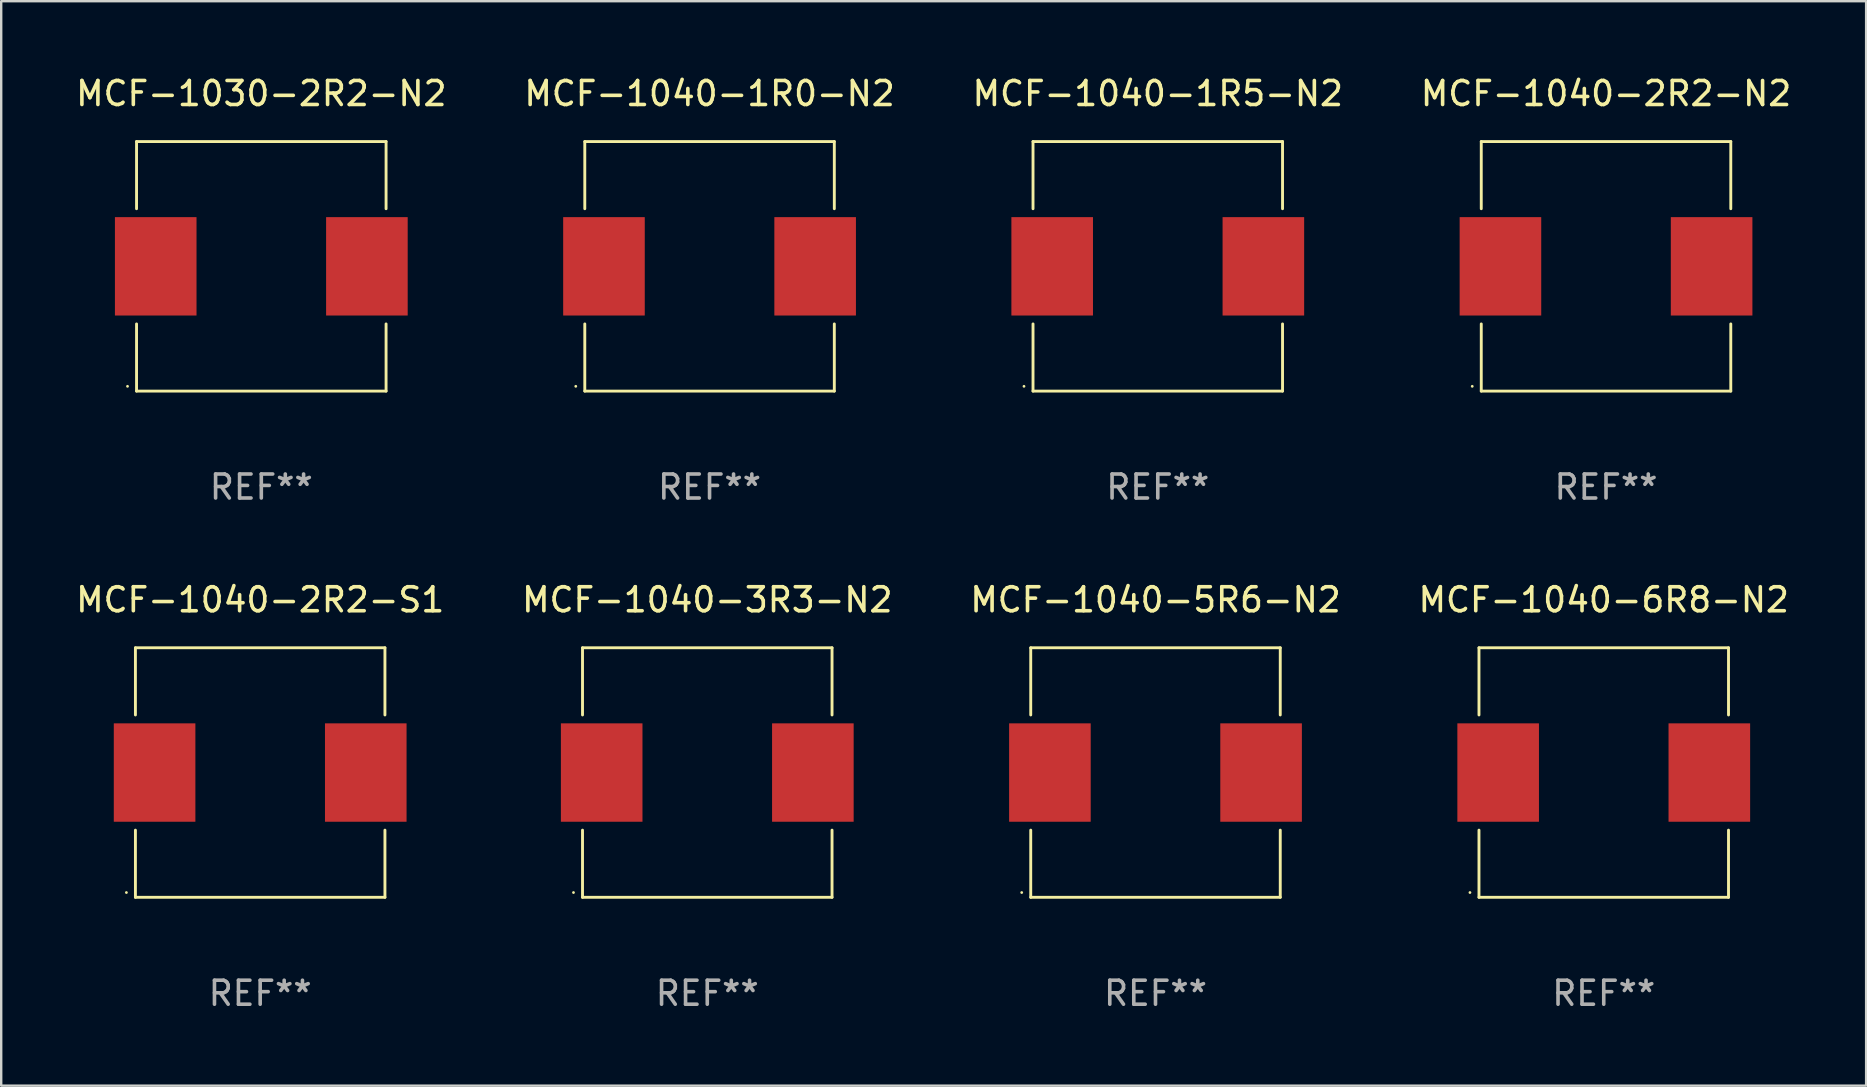
<source format=kicad_pcb>
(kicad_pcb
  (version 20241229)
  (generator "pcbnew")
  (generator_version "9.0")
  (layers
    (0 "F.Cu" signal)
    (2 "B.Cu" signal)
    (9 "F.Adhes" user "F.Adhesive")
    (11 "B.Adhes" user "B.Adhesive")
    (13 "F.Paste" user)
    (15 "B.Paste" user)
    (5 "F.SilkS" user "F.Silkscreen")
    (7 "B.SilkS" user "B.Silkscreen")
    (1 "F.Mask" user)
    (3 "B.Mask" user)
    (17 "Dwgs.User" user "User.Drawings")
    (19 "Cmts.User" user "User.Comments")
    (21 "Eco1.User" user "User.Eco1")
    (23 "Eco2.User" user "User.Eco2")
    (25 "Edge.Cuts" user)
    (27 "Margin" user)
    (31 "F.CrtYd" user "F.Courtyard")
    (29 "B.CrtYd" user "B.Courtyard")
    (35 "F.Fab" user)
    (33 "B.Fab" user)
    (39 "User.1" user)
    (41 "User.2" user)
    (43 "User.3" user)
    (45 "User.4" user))
  (footprint "MCF-1040-5R6-N2"
    (layer "F.Cu")
    (at 45.101 29.143)
    (property "Reference" "MCF-1040-5R6-N2" (at 0 -7.199 0) (layer "F.SilkS") (effects (font (size 1 1) (thickness 0.15))))
    (attr through_hole)
    (fp_line (start -5.199 -5.199) (end 5.199 -5.199) (stroke (width 0.12) (type solid)) (layer "F.SilkS"))
    (fp_line (start -5.199 -2.4) (end -5.199 -5.199) (stroke (width 0.12) (type solid)) (layer "F.SilkS"))
    (fp_line (start -5.199 2.4) (end -5.199 5.199) (stroke (width 0.12) (type solid)) (layer "F.SilkS"))
    (fp_line (start -5.199 5.199) (end 5.199 5.199) (stroke (width 0.12) (type solid)) (layer "F.SilkS"))
    (fp_line (start 5.199 -5.199) (end 5.199 -2.4) (stroke (width 0.12) (type solid)) (layer "F.SilkS"))
    (fp_line (start 5.199 5.199) (end 5.199 2.4) (stroke (width 0.12) (type solid)) (layer "F.SilkS"))
    (fp_circle (center -5.575 5) (end -5.545 5) (stroke (width 0.06) (type solid)) (fill no) (layer "F.SilkS"))
    (fp_text user "REF**" (at 0 9.199 0) (layer "F.Fab") (effects (font (size 1 1) (thickness 0.15))))
    (pad "1" smd rect (at -4.4 0) (size 3.4 4.1) (layers "F.Cu" "F.Mask" "F.Paste"))
    (pad "2" smd rect (at 4.4 0) (size 3.4 4.1) (layers "F.Cu" "F.Mask" "F.Paste")))
  (footprint "MCF-1030-2R2-N2"
    (layer "F.Cu")
    (at 7.839 8.048)
    (property "Reference" "MCF-1030-2R2-N2" (at 0 -7.199 0) (layer "F.SilkS") (effects (font (size 1 1) (thickness 0.15))))
    (attr through_hole)
    (fp_line (start -5.199 -5.199) (end 5.199 -5.199) (stroke (width 0.12) (type solid)) (layer "F.SilkS"))
    (fp_line (start -5.199 -2.4) (end -5.199 -5.199) (stroke (width 0.12) (type solid)) (layer "F.SilkS"))
    (fp_line (start -5.199 2.4) (end -5.199 5.199) (stroke (width 0.12) (type solid)) (layer "F.SilkS"))
    (fp_line (start -5.199 5.199) (end 5.199 5.199) (stroke (width 0.12) (type solid)) (layer "F.SilkS"))
    (fp_line (start 5.199 -5.199) (end 5.199 -2.4) (stroke (width 0.12) (type solid)) (layer "F.SilkS"))
    (fp_line (start 5.199 5.199) (end 5.199 2.4) (stroke (width 0.12) (type solid)) (layer "F.SilkS"))
    (fp_circle (center -5.575 5) (end -5.545 5) (stroke (width 0.06) (type solid)) (fill no) (layer "F.SilkS"))
    (fp_text user "REF**" (at 0 9.199 0) (layer "F.Fab") (effects (font (size 1 1) (thickness 0.15))))
    (pad "1" smd rect (at -4.4 0) (size 3.4 4.1) (layers "F.Cu" "F.Mask" "F.Paste"))
    (pad "2" smd rect (at 4.4 0) (size 3.4 4.1) (layers "F.Cu" "F.Mask" "F.Paste")))
  (footprint "MCF-1040-3R3-N2"
    (layer "F.Cu")
    (at 26.423 29.143)
    (property "Reference" "MCF-1040-3R3-N2" (at 0 -7.199 0) (layer "F.SilkS") (effects (font (size 1 1) (thickness 0.15))))
    (attr through_hole)
    (fp_line (start -5.199 -5.199) (end 5.199 -5.199) (stroke (width 0.12) (type solid)) (layer "F.SilkS"))
    (fp_line (start -5.199 -2.4) (end -5.199 -5.199) (stroke (width 0.12) (type solid)) (layer "F.SilkS"))
    (fp_line (start -5.199 2.4) (end -5.199 5.199) (stroke (width 0.12) (type solid)) (layer "F.SilkS"))
    (fp_line (start -5.199 5.199) (end 5.199 5.199) (stroke (width 0.12) (type solid)) (layer "F.SilkS"))
    (fp_line (start 5.199 -5.199) (end 5.199 -2.4) (stroke (width 0.12) (type solid)) (layer "F.SilkS"))
    (fp_line (start 5.199 5.199) (end 5.199 2.4) (stroke (width 0.12) (type solid)) (layer "F.SilkS"))
    (fp_circle (center -5.575 5) (end -5.545 5) (stroke (width 0.06) (type solid)) (fill no) (layer "F.SilkS"))
    (fp_text user "REF**" (at 0 9.199 0) (layer "F.Fab") (effects (font (size 1 1) (thickness 0.15))))
    (pad "1" smd rect (at -4.4 0) (size 3.4 4.1) (layers "F.Cu" "F.Mask" "F.Paste"))
    (pad "2" smd rect (at 4.4 0) (size 3.4 4.1) (layers "F.Cu" "F.Mask" "F.Paste")))
  (footprint "MCF-1040-1R5-N2"
    (layer "F.Cu")
    (at 45.196 8.048)
    (property "Reference" "MCF-1040-1R5-N2" (at 0 -7.199 0) (layer "F.SilkS") (effects (font (size 1 1) (thickness 0.15))))
    (attr through_hole)
    (fp_line (start -5.199 -5.199) (end 5.199 -5.199) (stroke (width 0.12) (type solid)) (layer "F.SilkS"))
    (fp_line (start -5.199 -2.4) (end -5.199 -5.199) (stroke (width 0.12) (type solid)) (layer "F.SilkS"))
    (fp_line (start -5.199 2.4) (end -5.199 5.199) (stroke (width 0.12) (type solid)) (layer "F.SilkS"))
    (fp_line (start -5.199 5.199) (end 5.199 5.199) (stroke (width 0.12) (type solid)) (layer "F.SilkS"))
    (fp_line (start 5.199 -5.199) (end 5.199 -2.4) (stroke (width 0.12) (type solid)) (layer "F.SilkS"))
    (fp_line (start 5.199 5.199) (end 5.199 2.4) (stroke (width 0.12) (type solid)) (layer "F.SilkS"))
    (fp_circle (center -5.575 5) (end -5.545 5) (stroke (width 0.06) (type solid)) (fill no) (layer "F.SilkS"))
    (fp_text user "REF**" (at 0 9.199 0) (layer "F.Fab") (effects (font (size 1 1) (thickness 0.15))))
    (pad "1" smd rect (at -4.4 0) (size 3.4 4.1) (layers "F.Cu" "F.Mask" "F.Paste"))
    (pad "2" smd rect (at 4.4 0) (size 3.4 4.1) (layers "F.Cu" "F.Mask" "F.Paste")))
  (footprint "MCF-1040-6R8-N2"
    (layer "F.Cu")
    (at 63.78 29.143)
    (property "Reference" "MCF-1040-6R8-N2" (at 0 -7.199 0) (layer "F.SilkS") (effects (font (size 1 1) (thickness 0.15))))
    (attr through_hole)
    (fp_line (start -5.199 -5.199) (end 5.199 -5.199) (stroke (width 0.12) (type solid)) (layer "F.SilkS"))
    (fp_line (start -5.199 -2.4) (end -5.199 -5.199) (stroke (width 0.12) (type solid)) (layer "F.SilkS"))
    (fp_line (start -5.199 2.4) (end -5.199 5.199) (stroke (width 0.12) (type solid)) (layer "F.SilkS"))
    (fp_line (start -5.199 5.199) (end 5.199 5.199) (stroke (width 0.12) (type solid)) (layer "F.SilkS"))
    (fp_line (start 5.199 -5.199) (end 5.199 -2.4) (stroke (width 0.12) (type solid)) (layer "F.SilkS"))
    (fp_line (start 5.199 5.199) (end 5.199 2.4) (stroke (width 0.12) (type solid)) (layer "F.SilkS"))
    (fp_circle (center -5.575 5) (end -5.545 5) (stroke (width 0.06) (type solid)) (fill no) (layer "F.SilkS"))
    (fp_text user "REF**" (at 0 9.199 0) (layer "F.Fab") (effects (font (size 1 1) (thickness 0.15))))
    (pad "1" smd rect (at -4.4 0) (size 3.4 4.1) (layers "F.Cu" "F.Mask" "F.Paste"))
    (pad "2" smd rect (at 4.4 0) (size 3.4 4.1) (layers "F.Cu" "F.Mask" "F.Paste")))
  (footprint "MCF-1040-1R0-N2"
    (layer "F.Cu")
    (at 26.518 8.048)
    (property "Reference" "MCF-1040-1R0-N2" (at 0 -7.199 0) (layer "F.SilkS") (effects (font (size 1 1) (thickness 0.15))))
    (attr through_hole)
    (fp_line (start -5.199 -5.199) (end 5.199 -5.199) (stroke (width 0.12) (type solid)) (layer "F.SilkS"))
    (fp_line (start -5.199 -2.4) (end -5.199 -5.199) (stroke (width 0.12) (type solid)) (layer "F.SilkS"))
    (fp_line (start -5.199 2.4) (end -5.199 5.199) (stroke (width 0.12) (type solid)) (layer "F.SilkS"))
    (fp_line (start -5.199 5.199) (end 5.199 5.199) (stroke (width 0.12) (type solid)) (layer "F.SilkS"))
    (fp_line (start 5.199 -5.199) (end 5.199 -2.4) (stroke (width 0.12) (type solid)) (layer "F.SilkS"))
    (fp_line (start 5.199 5.199) (end 5.199 2.4) (stroke (width 0.12) (type solid)) (layer "F.SilkS"))
    (fp_circle (center -5.575 5) (end -5.545 5) (stroke (width 0.06) (type solid)) (fill no) (layer "F.SilkS"))
    (fp_text user "REF**" (at 0 9.199 0) (layer "F.Fab") (effects (font (size 1 1) (thickness 0.15))))
    (pad "1" smd rect (at -4.4 0) (size 3.4 4.1) (layers "F.Cu" "F.Mask" "F.Paste"))
    (pad "2" smd rect (at 4.4 0) (size 3.4 4.1) (layers "F.Cu" "F.Mask" "F.Paste")))
  (footprint "MCF-1040-2R2-S1"
    (layer "F.Cu")
    (at 7.792 29.143)
    (property "Reference" "MCF-1040-2R2-S1" (at 0 -7.199 0) (layer "F.SilkS") (effects (font (size 1 1) (thickness 0.15))))
    (attr through_hole)
    (fp_line (start -5.199 -5.199) (end 5.199 -5.199) (stroke (width 0.12) (type solid)) (layer "F.SilkS"))
    (fp_line (start -5.199 -2.4) (end -5.199 -5.199) (stroke (width 0.12) (type solid)) (layer "F.SilkS"))
    (fp_line (start -5.199 2.4) (end -5.199 5.199) (stroke (width 0.12) (type solid)) (layer "F.SilkS"))
    (fp_line (start -5.199 5.199) (end 5.199 5.199) (stroke (width 0.12) (type solid)) (layer "F.SilkS"))
    (fp_line (start 5.199 -5.199) (end 5.199 -2.4) (stroke (width 0.12) (type solid)) (layer "F.SilkS"))
    (fp_line (start 5.199 5.199) (end 5.199 2.4) (stroke (width 0.12) (type solid)) (layer "F.SilkS"))
    (fp_circle (center -5.575 5) (end -5.545 5) (stroke (width 0.06) (type solid)) (fill no) (layer "F.SilkS"))
    (fp_text user "REF**" (at 0 9.199 0) (layer "F.Fab") (effects (font (size 1 1) (thickness 0.15))))
    (pad "1" smd rect (at -4.4 0) (size 3.4 4.1) (layers "F.Cu" "F.Mask" "F.Paste"))
    (pad "2" smd rect (at 4.4 0) (size 3.4 4.1) (layers "F.Cu" "F.Mask" "F.Paste")))
  (footprint "MCF-1040-2R2-N2"
    (layer "F.Cu")
    (at 63.875 8.048)
    (property "Reference" "MCF-1040-2R2-N2" (at 0 -7.199 0) (layer "F.SilkS") (effects (font (size 1 1) (thickness 0.15))))
    (attr through_hole)
    (fp_line (start -5.199 -5.199) (end 5.199 -5.199) (stroke (width 0.12) (type solid)) (layer "F.SilkS"))
    (fp_line (start -5.199 -2.4) (end -5.199 -5.199) (stroke (width 0.12) (type solid)) (layer "F.SilkS"))
    (fp_line (start -5.199 2.4) (end -5.199 5.199) (stroke (width 0.12) (type solid)) (layer "F.SilkS"))
    (fp_line (start -5.199 5.199) (end 5.199 5.199) (stroke (width 0.12) (type solid)) (layer "F.SilkS"))
    (fp_line (start 5.199 -5.199) (end 5.199 -2.4) (stroke (width 0.12) (type solid)) (layer "F.SilkS"))
    (fp_line (start 5.199 5.199) (end 5.199 2.4) (stroke (width 0.12) (type solid)) (layer "F.SilkS"))
    (fp_circle (center -5.575 5) (end -5.545 5) (stroke (width 0.06) (type solid)) (fill no) (layer "F.SilkS"))
    (fp_text user "REF**" (at 0 9.199 0) (layer "F.Fab") (effects (font (size 1 1) (thickness 0.15))))
    (pad "1" smd rect (at -4.4 0) (size 3.4 4.1) (layers "F.Cu" "F.Mask" "F.Paste"))
    (pad "2" smd rect (at 4.4 0) (size 3.4 4.1) (layers "F.Cu" "F.Mask" "F.Paste")))
  (gr_rect
    (start -3 -3)
    (end 74.714 42.191)
    (stroke (width 0.1) (type default))
    (fill no)
    (layer "Edge.Cuts")))
</source>
